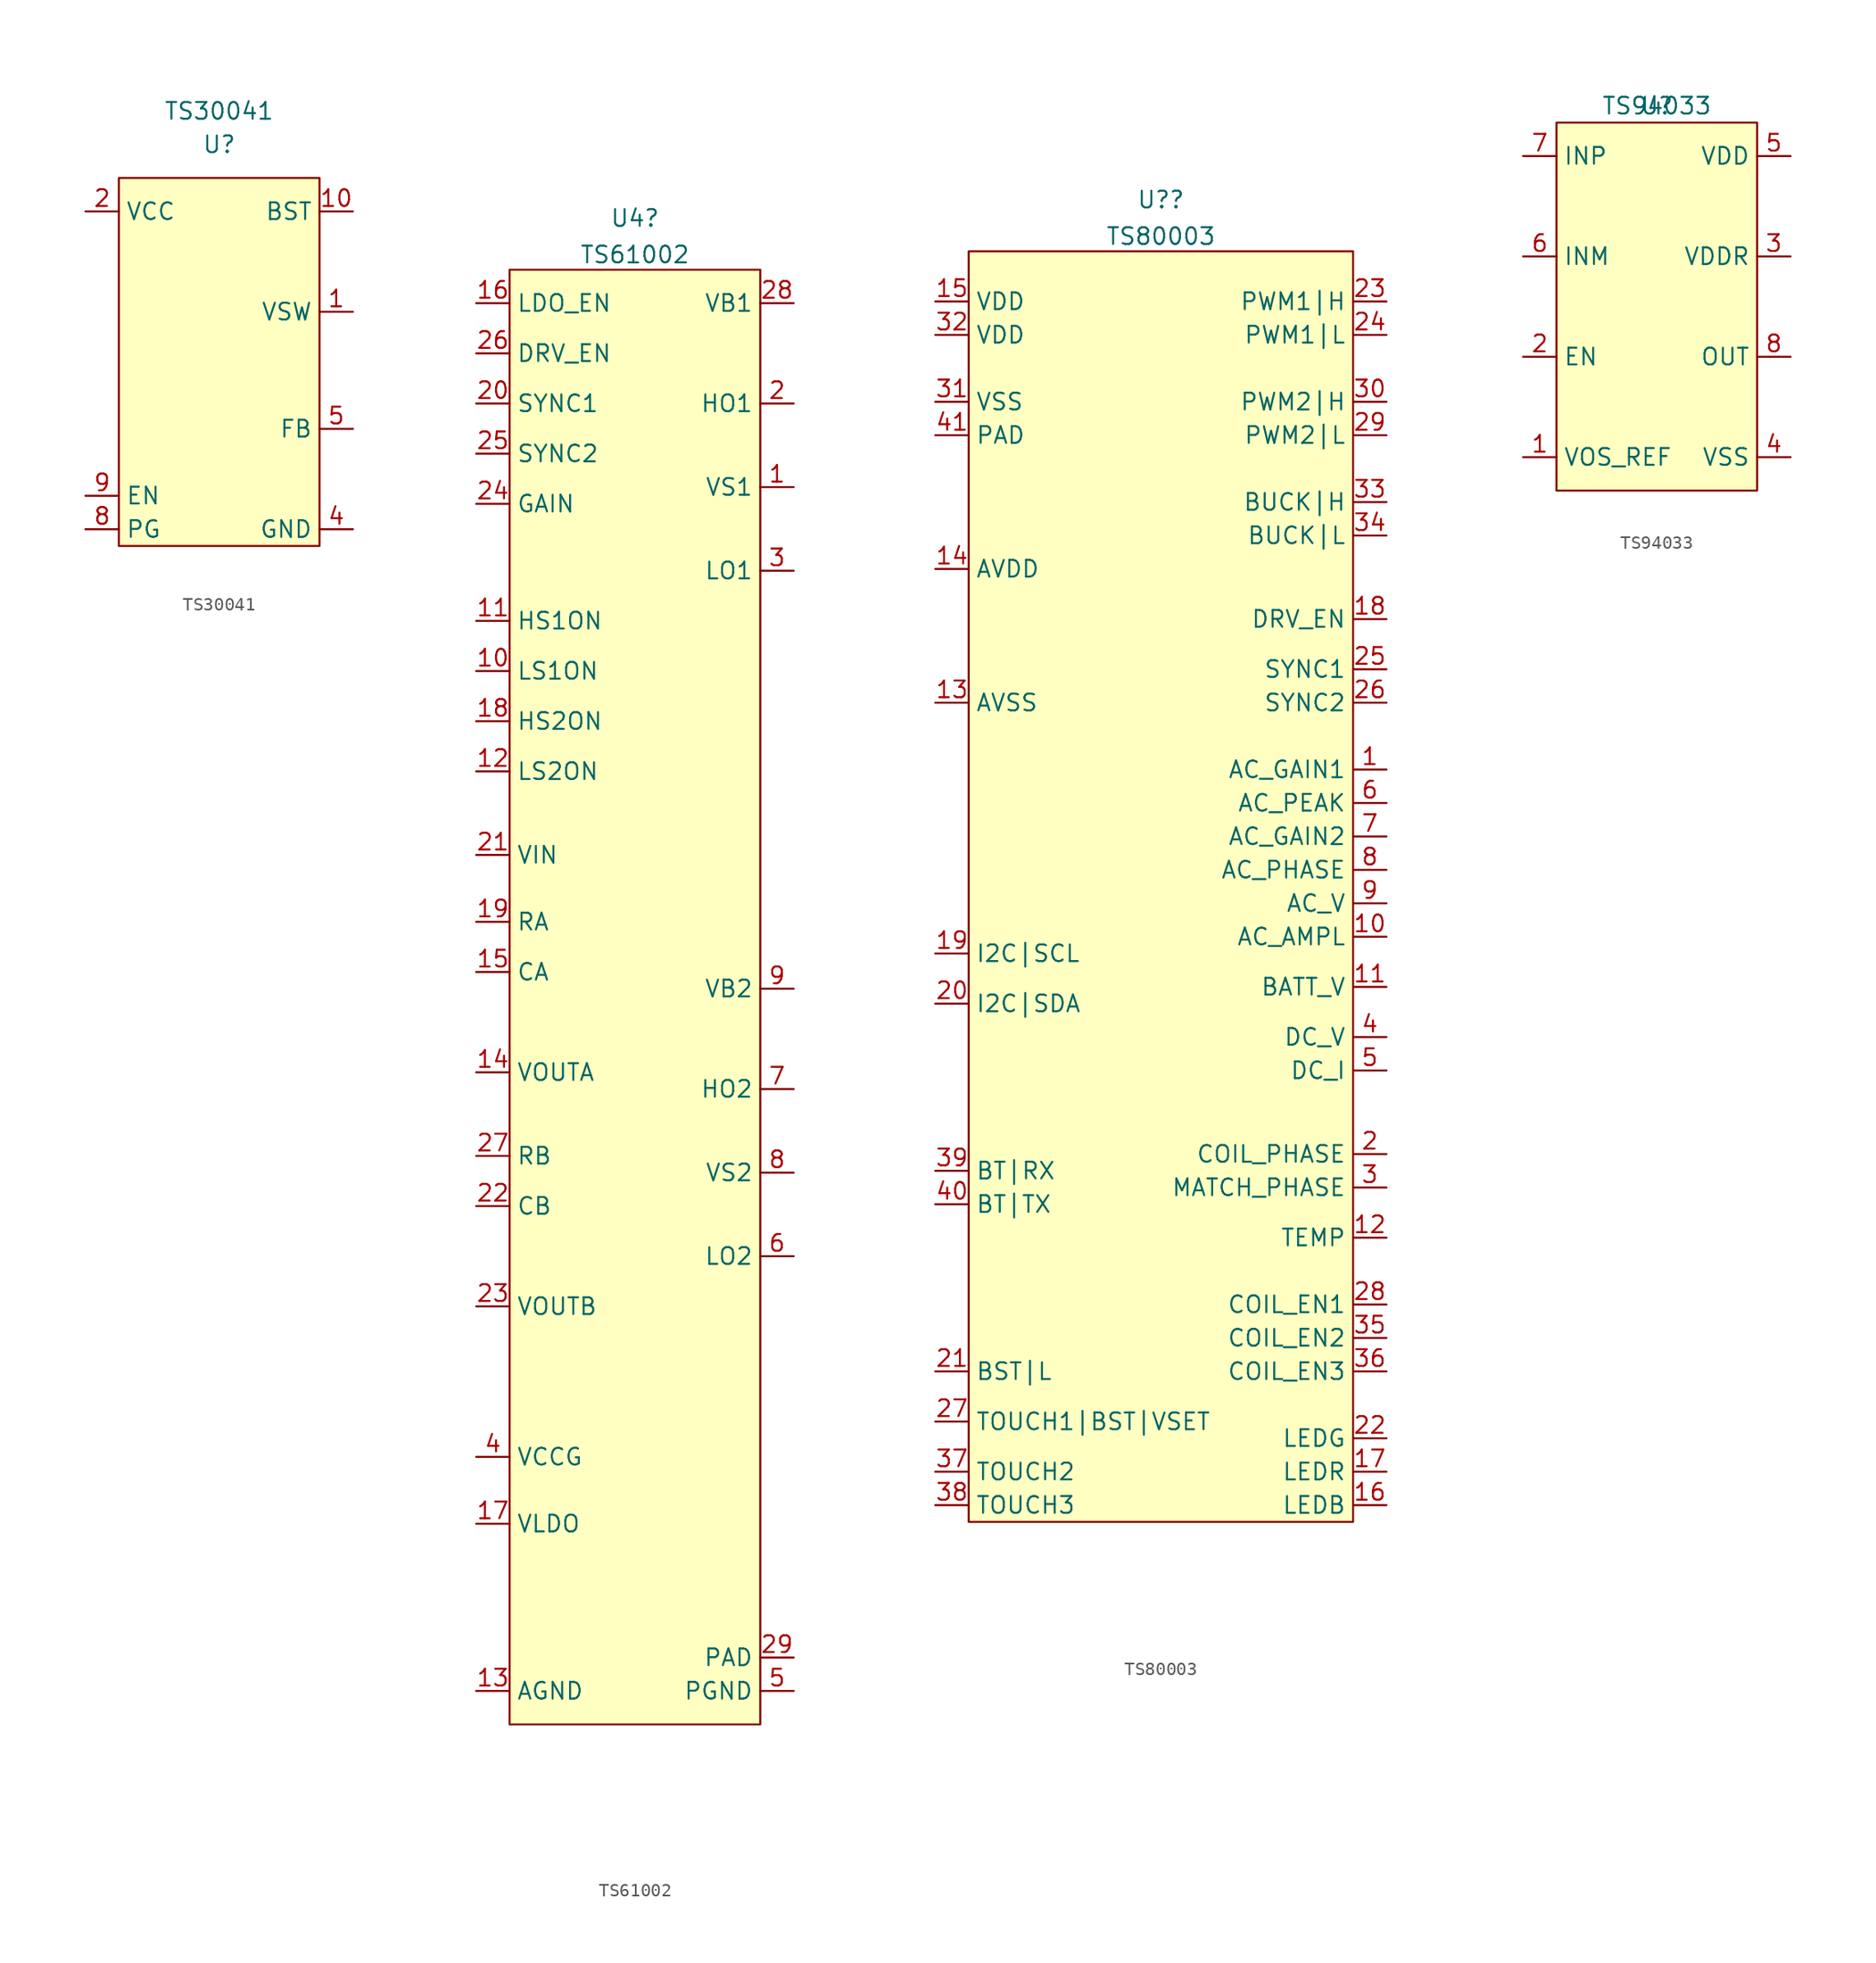
<source format=kicad_sym>
(kicad_symbol_lib
  (version 20211014)
  (generator kicad_symbol_editor)
  (symbol "TS30041"
    (property "Reference" "U"
      (at 0 19.05 0)
      (effects (font (size 1.27 1.27))))
    (property "Value" "TS30041"
      (at 0 21.59 0)
      (effects (font (size 1.27 1.27))))
    (symbol "TS30041_0_1"
      (rectangle (start -7.62 16.51) (end 7.62 -11.43) (stroke (width 0.152) (type default) (color 0 0 0 0)) (fill (type background))))
    (symbol "TS30041_1_1"
      (pin passive line (at 10.16 6.35 180) (length 2.54) (name "VSW" (effects (font (size 1.27 1.27)))) (number "1" (effects (font (size 1.27 1.27)))))
      (pin output line (at 10.16 13.97 180) (length 2.54) (name "BST" (effects (font (size 1.27 1.27)))) (number "10" (effects (font (size 1.27 1.27)))))
      (pin power_in line (at -10.16 13.97 0) (length 2.54) hide (name "VCC" (effects (font (size 1.27 1.27)))) (number "11" (effects (font (size 1.27 1.27)))))
      (pin passive line (at 10.16 6.35 180) (length 2.54) hide (name "VSW" (effects (font (size 1.27 1.27)))) (number "12" (effects (font (size 1.27 1.27)))))
      (pin passive line (at 10.16 6.35 180) (length 2.54) hide (name "VSW" (effects (font (size 1.27 1.27)))) (number "13" (effects (font (size 1.27 1.27)))))
      (pin input line (at 10.16 -10.16 180) (length 2.54) hide (name "GND" (effects (font (size 1.27 1.27)))) (number "14" (effects (font (size 1.27 1.27)))))
      (pin input line (at 10.16 -10.16 180) (length 2.54) hide (name "GND" (effects (font (size 1.27 1.27)))) (number "15" (effects (font (size 1.27 1.27)))))
      (pin passive line (at 10.16 6.35 180) (length 2.54) hide (name "VSW" (effects (font (size 1.27 1.27)))) (number "16" (effects (font (size 1.27 1.27)))))
      (pin input line (at 10.16 -10.16 180) (length 2.54) hide (name "GND" (effects (font (size 1.27 1.27)))) (number "17" (effects (font (size 1.27 1.27)))))
      (pin power_in line (at -10.16 13.97 0) (length 2.54) (name "VCC" (effects (font (size 1.27 1.27)))) (number "2" (effects (font (size 1.27 1.27)))))
      (pin power_in line (at -10.16 13.97 0) (length 2.54) hide (name "VCC" (effects (font (size 1.27 1.27)))) (number "3" (effects (font (size 1.27 1.27)))))
      (pin input line (at 10.16 -10.16 180) (length 2.54) (name "GND" (effects (font (size 1.27 1.27)))) (number "4" (effects (font (size 1.27 1.27)))))
      (pin input line (at 10.16 -2.54 180) (length 2.54) (name "FB" (effects (font (size 1.27 1.27)))) (number "5" (effects (font (size 1.27 1.27)))))
      (pin no_connect line (at 0 2.54 0) (length 2.54) hide (name "NC" (effects (font (size 1.27 1.27)))) (number "6" (effects (font (size 1.27 1.27)))))
      (pin no_connect line (at 0 0 0) (length 2.54) hide (name "NC" (effects (font (size 1.27 1.27)))) (number "7" (effects (font (size 1.27 1.27)))))
      (pin input line (at -10.16 -10.16 0) (length 2.54) (name "PG" (effects (font (size 1.27 1.27)))) (number "8" (effects (font (size 1.27 1.27)))))
      (pin input line (at -10.16 -7.62 0) (length 2.54) (name "EN" (effects (font (size 1.27 1.27)))) (number "9" (effects (font (size 1.27 1.27)))))))
  (symbol "TS61002"
    (property "Reference" "U4"
      (at 0.635 55.986 0)
      (effects (font (size 1.27 1.27))))
    (property "Value" "TS61002"
      (at 0.635 53.211 0)
      (effects (font (size 1.27 1.27))))
    (symbol "TS61002_0_1"
      (rectangle (start -8.89 52.07) (end 10.16 -58.42) (stroke (width 0.152) (type default) (color 0 0 0 0)) (fill (type background))))
    (symbol "TS61002_1_1"
      (pin output line (at 12.7 35.56 180) (length 2.54) (name "VS1" (effects (font (size 1.27 1.27)))) (number "1" (effects (font (size 1.27 1.27)))))
      (pin input line (at -11.43 21.59 0) (length 2.54) (name "LS1ON" (effects (font (size 1.27 1.27)))) (number "10" (effects (font (size 1.27 1.27)))))
      (pin input line (at -11.43 25.4 0) (length 2.54) (name "HS1ON" (effects (font (size 1.27 1.27)))) (number "11" (effects (font (size 1.27 1.27)))))
      (pin input line (at -11.43 13.97 0) (length 2.54) (name "LS2ON" (effects (font (size 1.27 1.27)))) (number "12" (effects (font (size 1.27 1.27)))))
      (pin output line (at -11.43 -55.88 0) (length 2.54) (name "AGND" (effects (font (size 1.27 1.27)))) (number "13" (effects (font (size 1.27 1.27)))))
      (pin output line (at -11.43 -8.89 0) (length 2.54) (name "VOUTA" (effects (font (size 1.27 1.27)))) (number "14" (effects (font (size 1.27 1.27)))))
      (pin passive line (at -11.43 -1.27 0) (length 2.54) (name "CA" (effects (font (size 1.27 1.27)))) (number "15" (effects (font (size 1.27 1.27)))))
      (pin input line (at -11.43 49.53 0) (length 2.54) (name "LDO_EN" (effects (font (size 1.27 1.27)))) (number "16" (effects (font (size 1.27 1.27)))))
      (pin power_out line (at -11.43 -43.18 0) (length 2.54) (name "VLDO" (effects (font (size 1.27 1.27)))) (number "17" (effects (font (size 1.27 1.27)))))
      (pin input line (at -11.43 17.78 0) (length 2.54) (name "HS2ON" (effects (font (size 1.27 1.27)))) (number "18" (effects (font (size 1.27 1.27)))))
      (pin output line (at -11.43 2.54 0) (length 2.54) (name "RA" (effects (font (size 1.27 1.27)))) (number "19" (effects (font (size 1.27 1.27)))))
      (pin output line (at 12.7 41.91 180) (length 2.54) (name "HO1" (effects (font (size 1.27 1.27)))) (number "2" (effects (font (size 1.27 1.27)))))
      (pin input line (at -11.43 41.91 0) (length 2.54) (name "SYNC1" (effects (font (size 1.27 1.27)))) (number "20" (effects (font (size 1.27 1.27)))))
      (pin input line (at -11.43 7.62 0) (length 2.54) (name "VIN" (effects (font (size 1.27 1.27)))) (number "21" (effects (font (size 1.27 1.27)))))
      (pin passive line (at -11.43 -19.05 0) (length 2.54) (name "CB" (effects (font (size 1.27 1.27)))) (number "22" (effects (font (size 1.27 1.27)))))
      (pin output line (at -11.43 -26.67 0) (length 2.54) (name "VOUTB" (effects (font (size 1.27 1.27)))) (number "23" (effects (font (size 1.27 1.27)))))
      (pin input line (at -11.43 34.29 0) (length 2.54) (name "GAIN" (effects (font (size 1.27 1.27)))) (number "24" (effects (font (size 1.27 1.27)))))
      (pin input line (at -11.43 38.1 0) (length 2.54) (name "SYNC2" (effects (font (size 1.27 1.27)))) (number "25" (effects (font (size 1.27 1.27)))))
      (pin input line (at -11.43 45.72 0) (length 2.54) (name "DRV_EN" (effects (font (size 1.27 1.27)))) (number "26" (effects (font (size 1.27 1.27)))))
      (pin output line (at -11.43 -15.24 0) (length 2.54) (name "RB" (effects (font (size 1.27 1.27)))) (number "27" (effects (font (size 1.27 1.27)))))
      (pin passive line (at 12.7 49.53 180) (length 2.54) (name "VB1" (effects (font (size 1.27 1.27)))) (number "28" (effects (font (size 1.27 1.27)))))
      (pin passive line (at 12.7 -53.34 180) (length 2.54) (name "PAD" (effects (font (size 1.27 1.27)))) (number "29" (effects (font (size 1.27 1.27)))))
      (pin output line (at 12.7 29.21 180) (length 2.54) (name "LO1" (effects (font (size 1.27 1.27)))) (number "3" (effects (font (size 1.27 1.27)))))
      (pin power_in line (at -11.43 -38.1 0) (length 2.54) (name "VCCG" (effects (font (size 1.27 1.27)))) (number "4" (effects (font (size 1.27 1.27)))))
      (pin passive line (at 12.7 -55.88 180) (length 2.54) (name "PGND" (effects (font (size 1.27 1.27)))) (number "5" (effects (font (size 1.27 1.27)))))
      (pin output line (at 12.7 -22.86 180) (length 2.54) (name "LO2" (effects (font (size 1.27 1.27)))) (number "6" (effects (font (size 1.27 1.27)))))
      (pin output line (at 12.7 -10.16 180) (length 2.54) (name "HO2" (effects (font (size 1.27 1.27)))) (number "7" (effects (font (size 1.27 1.27)))))
      (pin output line (at 12.7 -16.51 180) (length 2.54) (name "VS2" (effects (font (size 1.27 1.27)))) (number "8" (effects (font (size 1.27 1.27)))))
      (pin passive line (at 12.7 -2.54 180) (length 2.54) (name "VB2" (effects (font (size 1.27 1.27)))) (number "9" (effects (font (size 1.27 1.27)))))))
  (symbol "TS80003"
    (property "Reference" "U?"
      (at -0.635 44.556 0)
      (effects (font (size 1.27 1.27))))
    (property "Value" "TS80003"
      (at -0.635 41.781 0)
      (effects (font (size 1.27 1.27))))
    (symbol "TS80003_0_1"
      (rectangle (start -15.24 40.64) (end 13.97 -55.88) (stroke (width 0.152) (type default) (color 0 0 0 0)) (fill (type background))))
    (symbol "TS80003_1_1"
      (pin output line (at 16.51 1.27 180) (length 2.54) (name "AC_GAIN1" (effects (font (size 1.27 1.27)))) (number "1" (effects (font (size 1.27 1.27)))))
      (pin input line (at 16.51 -11.43 180) (length 2.54) (name "AC_AMPL" (effects (font (size 1.27 1.27)))) (number "10" (effects (font (size 1.27 1.27)))))
      (pin input line (at 16.51 -15.24 180) (length 2.54) (name "BATT_V" (effects (font (size 1.27 1.27)))) (number "11" (effects (font (size 1.27 1.27)))))
      (pin input line (at 16.51 -34.29 180) (length 2.54) (name "TEMP" (effects (font (size 1.27 1.27)))) (number "12" (effects (font (size 1.27 1.27)))))
      (pin power_out line (at -17.78 6.35 0) (length 2.54) (name "AVSS" (effects (font (size 1.27 1.27)))) (number "13" (effects (font (size 1.27 1.27)))))
      (pin power_in line (at -17.78 16.51 0) (length 2.54) (name "AVDD" (effects (font (size 1.27 1.27)))) (number "14" (effects (font (size 1.27 1.27)))))
      (pin power_in line (at -17.78 36.83 0) (length 2.54) (name "VDD" (effects (font (size 1.27 1.27)))) (number "15" (effects (font (size 1.27 1.27)))))
      (pin output line (at 16.51 -54.61 180) (length 2.54) (name "LEDB" (effects (font (size 1.27 1.27)))) (number "16" (effects (font (size 1.27 1.27)))))
      (pin output line (at 16.51 -52.07 180) (length 2.54) (name "LEDR" (effects (font (size 1.27 1.27)))) (number "17" (effects (font (size 1.27 1.27)))))
      (pin output line (at 16.51 12.7 180) (length 2.54) (name "DRV_EN" (effects (font (size 1.27 1.27)))) (number "18" (effects (font (size 1.27 1.27)))))
      (pin input line (at -17.78 -12.7 0) (length 2.54) (name "I2C|SCL" (effects (font (size 1.27 1.27)))) (number "19" (effects (font (size 1.27 1.27)))))
      (pin input line (at 16.51 -27.94 180) (length 2.54) (name "COIL_PHASE" (effects (font (size 1.27 1.27)))) (number "2" (effects (font (size 1.27 1.27)))))
      (pin input line (at -17.78 -16.51 0) (length 2.54) (name "I2C|SDA" (effects (font (size 1.27 1.27)))) (number "20" (effects (font (size 1.27 1.27)))))
      (pin input line (at -17.78 -44.45 0) (length 2.54) (name "BST|L" (effects (font (size 1.27 1.27)))) (number "21" (effects (font (size 1.27 1.27)))))
      (pin output line (at 16.51 -49.53 180) (length 2.54) (name "LEDG" (effects (font (size 1.27 1.27)))) (number "22" (effects (font (size 1.27 1.27)))))
      (pin output line (at 16.51 36.83 180) (length 2.54) (name "PWM1|H" (effects (font (size 1.27 1.27)))) (number "23" (effects (font (size 1.27 1.27)))))
      (pin output line (at 16.51 34.29 180) (length 2.54) (name "PWM1|L" (effects (font (size 1.27 1.27)))) (number "24" (effects (font (size 1.27 1.27)))))
      (pin output line (at 16.51 8.89 180) (length 2.54) (name "SYNC1" (effects (font (size 1.27 1.27)))) (number "25" (effects (font (size 1.27 1.27)))))
      (pin output line (at 16.51 6.35 180) (length 2.54) (name "SYNC2" (effects (font (size 1.27 1.27)))) (number "26" (effects (font (size 1.27 1.27)))))
      (pin input line (at -17.78 -48.26 0) (length 2.54) (name "TOUCH1|BST|VSET" (effects (font (size 1.27 1.27)))) (number "27" (effects (font (size 1.27 1.27)))))
      (pin input line (at 16.51 -39.37 180) (length 2.54) (name "COIL_EN1" (effects (font (size 1.27 1.27)))) (number "28" (effects (font (size 1.27 1.27)))))
      (pin output line (at 16.51 26.67 180) (length 2.54) (name "PWM2|L" (effects (font (size 1.27 1.27)))) (number "29" (effects (font (size 1.27 1.27)))))
      (pin input line (at 16.51 -30.48 180) (length 2.54) (name "MATCH_PHASE" (effects (font (size 1.27 1.27)))) (number "3" (effects (font (size 1.27 1.27)))))
      (pin output line (at 16.51 29.21 180) (length 2.54) (name "PWM2|H" (effects (font (size 1.27 1.27)))) (number "30" (effects (font (size 1.27 1.27)))))
      (pin passive line (at -17.78 29.21 0) (length 2.54) (name "VSS" (effects (font (size 1.27 1.27)))) (number "31" (effects (font (size 1.27 1.27)))))
      (pin power_in line (at -17.78 34.29 0) (length 2.54) (name "VDD" (effects (font (size 1.27 1.27)))) (number "32" (effects (font (size 1.27 1.27)))))
      (pin output line (at 16.51 21.59 180) (length 2.54) (name "BUCK|H" (effects (font (size 1.27 1.27)))) (number "33" (effects (font (size 1.27 1.27)))))
      (pin output line (at 16.51 19.05 180) (length 2.54) (name "BUCK|L" (effects (font (size 1.27 1.27)))) (number "34" (effects (font (size 1.27 1.27)))))
      (pin input line (at 16.51 -41.91 180) (length 2.54) (name "COIL_EN2" (effects (font (size 1.27 1.27)))) (number "35" (effects (font (size 1.27 1.27)))))
      (pin input line (at 16.51 -44.45 180) (length 2.54) (name "COIL_EN3" (effects (font (size 1.27 1.27)))) (number "36" (effects (font (size 1.27 1.27)))))
      (pin input line (at -17.78 -52.07 0) (length 2.54) (name "TOUCH2" (effects (font (size 1.27 1.27)))) (number "37" (effects (font (size 1.27 1.27)))))
      (pin input line (at -17.78 -54.61 0) (length 2.54) (name "TOUCH3" (effects (font (size 1.27 1.27)))) (number "38" (effects (font (size 1.27 1.27)))))
      (pin input line (at -17.78 -29.21 0) (length 2.54) (name "BT|RX" (effects (font (size 1.27 1.27)))) (number "39" (effects (font (size 1.27 1.27)))))
      (pin input line (at 16.51 -19.05 180) (length 2.54) (name "DC_V" (effects (font (size 1.27 1.27)))) (number "4" (effects (font (size 1.27 1.27)))))
      (pin input line (at -17.78 -31.75 0) (length 2.54) (name "BT|TX" (effects (font (size 1.27 1.27)))) (number "40" (effects (font (size 1.27 1.27)))))
      (pin passive line (at -17.78 26.67 0) (length 2.54) (name "PAD" (effects (font (size 1.27 1.27)))) (number "41" (effects (font (size 1.27 1.27)))))
      (pin input line (at 16.51 -21.59 180) (length 2.54) (name "DC_I" (effects (font (size 1.27 1.27)))) (number "5" (effects (font (size 1.27 1.27)))))
      (pin input line (at 16.51 -1.27 180) (length 2.54) (name "AC_PEAK" (effects (font (size 1.27 1.27)))) (number "6" (effects (font (size 1.27 1.27)))))
      (pin output line (at 16.51 -3.81 180) (length 2.54) (name "AC_GAIN2" (effects (font (size 1.27 1.27)))) (number "7" (effects (font (size 1.27 1.27)))))
      (pin input line (at 16.51 -6.35 180) (length 2.54) (name "AC_PHASE" (effects (font (size 1.27 1.27)))) (number "8" (effects (font (size 1.27 1.27)))))
      (pin input line (at 16.51 -8.89 180) (length 2.54) (name "AC_V" (effects (font (size 1.27 1.27)))) (number "9" (effects (font (size 1.27 1.27)))))))
  (symbol "TS94033"
    (property "Reference" "U"
      (at 0 15.24 0)
      (effects (font (size 1.27 1.27))))
    (property "Value" "TS94033"
      (at 0 15.24 0)
      (effects (font (size 1.27 1.27))))
    (symbol "TS94033_0_1"
      (rectangle (start -7.62 13.97) (end 7.62 -13.97) (stroke (width 0) (type default) (color 0 0 0 0)) (fill (type background))))
    (symbol "TS94033_1_1"
      (pin input line (at -10.16 -11.43 0) (length 2.54) (name "VOS_REF" (effects (font (size 1.27 1.27)))) (number "1" (effects (font (size 1.27 1.27)))))
      (pin input line (at -10.16 -3.81 0) (length 2.54) (name "EN" (effects (font (size 1.27 1.27)))) (number "2" (effects (font (size 1.27 1.27)))))
      (pin passive line (at 10.16 3.81 180) (length 2.54) (name "VDDR" (effects (font (size 1.27 1.27)))) (number "3" (effects (font (size 1.27 1.27)))))
      (pin power_out line (at 10.16 -11.43 180) (length 2.54) (name "VSS" (effects (font (size 1.27 1.27)))) (number "4" (effects (font (size 1.27 1.27)))))
      (pin power_in line (at 10.16 11.43 180) (length 2.54) (name "VDD" (effects (font (size 1.27 1.27)))) (number "5" (effects (font (size 1.27 1.27)))))
      (pin input line (at -10.16 3.81 0) (length 2.54) (name "INM" (effects (font (size 1.27 1.27)))) (number "6" (effects (font (size 1.27 1.27)))))
      (pin input line (at -10.16 11.43 0) (length 2.54) (name "INP" (effects (font (size 1.27 1.27)))) (number "7" (effects (font (size 1.27 1.27)))))
      (pin output line (at 10.16 -3.81 180) (length 2.54) (name "OUT" (effects (font (size 1.27 1.27)))) (number "8" (effects (font (size 1.27 1.27))))))))
</source>
